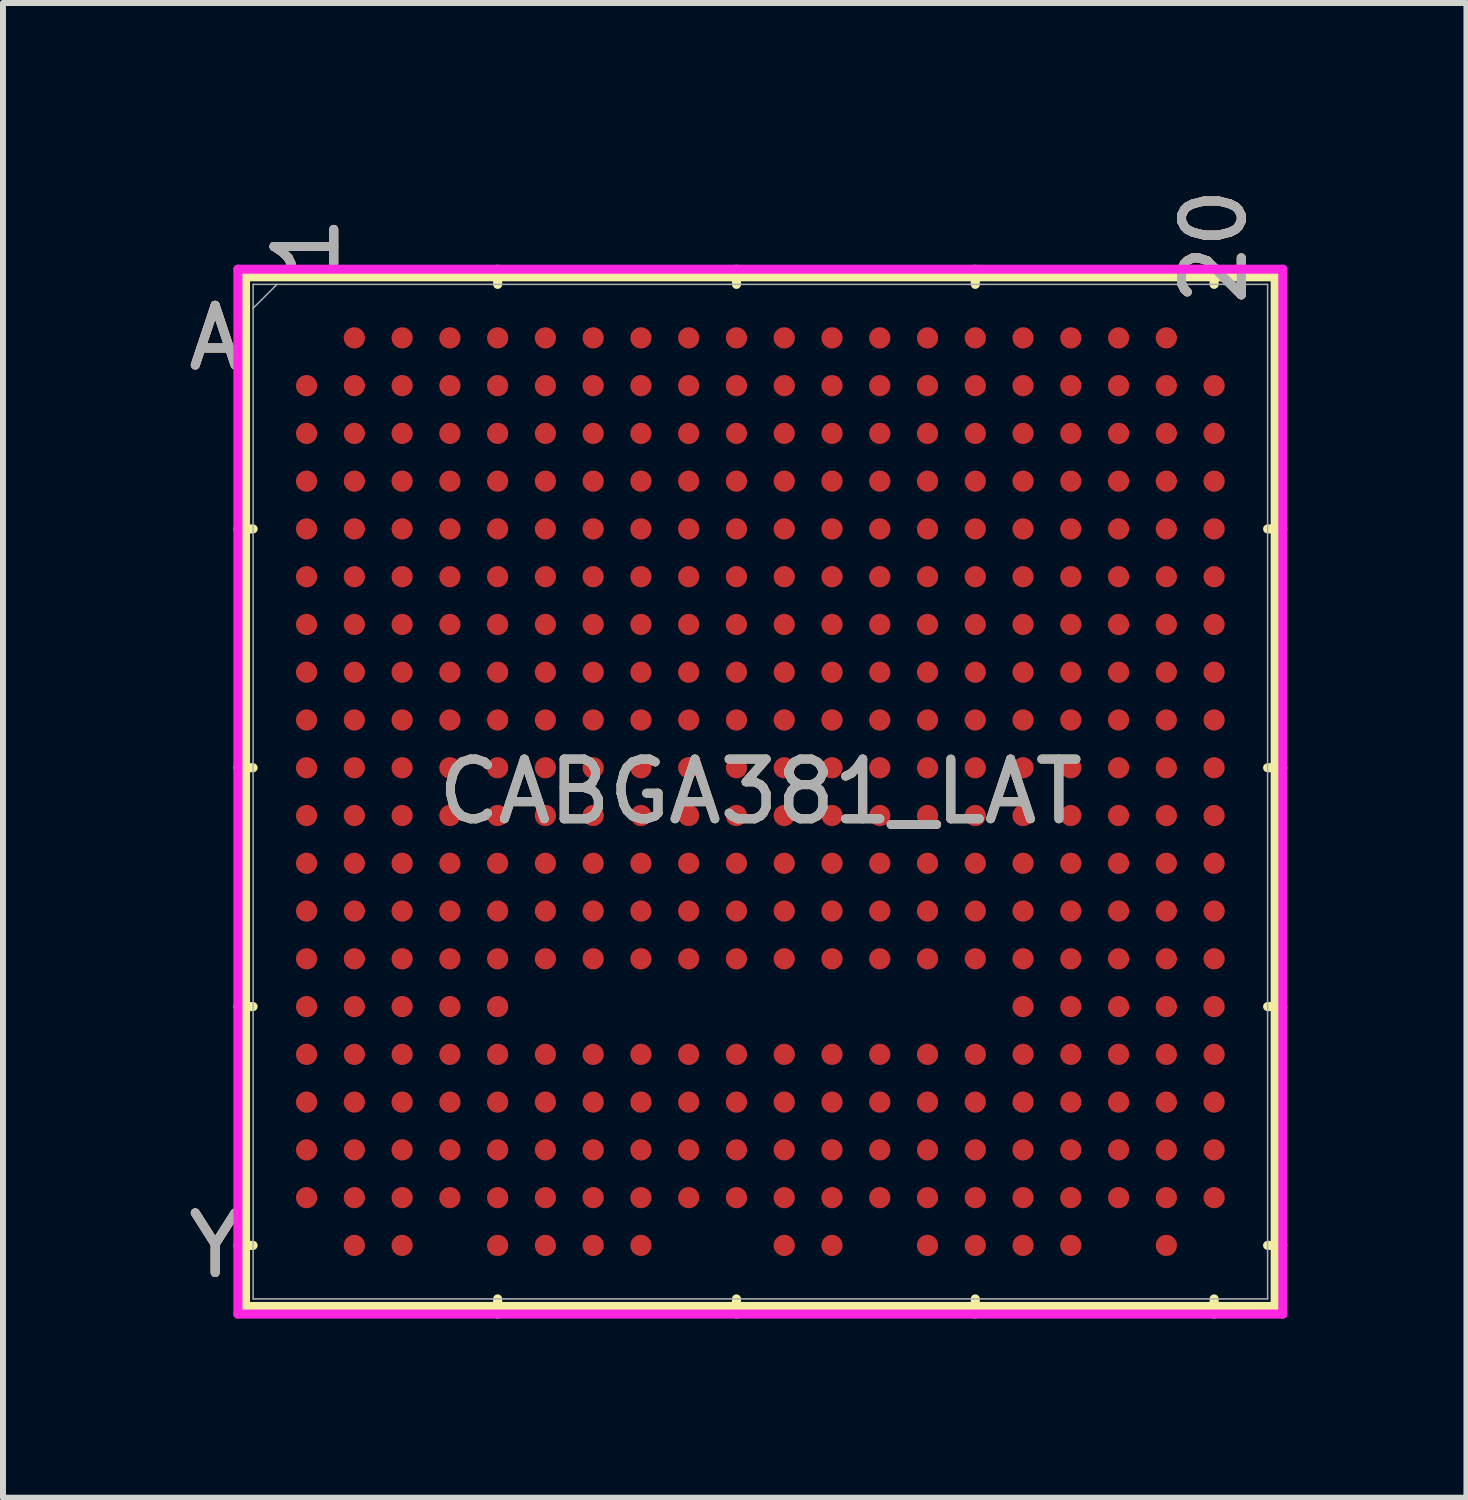
<source format=kicad_pcb>
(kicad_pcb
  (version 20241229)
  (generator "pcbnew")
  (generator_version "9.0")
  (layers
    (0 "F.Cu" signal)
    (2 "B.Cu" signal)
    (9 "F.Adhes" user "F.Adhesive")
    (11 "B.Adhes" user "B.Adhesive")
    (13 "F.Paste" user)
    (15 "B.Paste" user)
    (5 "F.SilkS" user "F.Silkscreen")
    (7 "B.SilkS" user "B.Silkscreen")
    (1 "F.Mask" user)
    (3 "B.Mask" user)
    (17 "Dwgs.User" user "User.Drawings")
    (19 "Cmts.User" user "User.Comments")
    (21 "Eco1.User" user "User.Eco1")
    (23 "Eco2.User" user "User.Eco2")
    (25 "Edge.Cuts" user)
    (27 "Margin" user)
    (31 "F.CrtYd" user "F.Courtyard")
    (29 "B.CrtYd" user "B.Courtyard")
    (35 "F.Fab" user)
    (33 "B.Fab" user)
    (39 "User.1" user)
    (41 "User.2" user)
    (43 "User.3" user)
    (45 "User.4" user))
  (footprint "CABGA381_LAT"
    (layer "F.Cu")
    (at 9.685 10.209)
    (property "Reference" "CABGA381_LAT" (at 0 0 0) (unlocked yes) (layer "F.SilkS") (effects (font (size 1 1) (thickness 0.15))))
    (attr smd)
    (fp_line (start -8.623 -8.623) (end -8.623 8.623) (stroke (width 0.152) (type solid)) (layer "F.SilkS"))
    (fp_line (start -8.623 8.623) (end 8.623 8.623) (stroke (width 0.152) (type solid)) (layer "F.SilkS"))
    (fp_line (start -8.496 -4.4) (end -8.75 -4.4) (stroke (width 0.152) (type solid)) (layer "F.SilkS"))
    (fp_line (start -8.496 -0.4) (end -8.75 -0.4) (stroke (width 0.152) (type solid)) (layer "F.SilkS"))
    (fp_line (start -8.496 3.6) (end -8.75 3.6) (stroke (width 0.152) (type solid)) (layer "F.SilkS"))
    (fp_line (start -8.496 7.6) (end -8.75 7.6) (stroke (width 0.152) (type solid)) (layer "F.SilkS"))
    (fp_line (start -4.4 -8.496) (end -4.4 -8.75) (stroke (width 0.152) (type solid)) (layer "F.SilkS"))
    (fp_line (start -4.4 8.496) (end -4.4 8.75) (stroke (width 0.152) (type solid)) (layer "F.SilkS"))
    (fp_line (start -0.4 -8.496) (end -0.4 -8.75) (stroke (width 0.152) (type solid)) (layer "F.SilkS"))
    (fp_line (start -0.4 8.496) (end -0.4 8.75) (stroke (width 0.152) (type solid)) (layer "F.SilkS"))
    (fp_line (start 3.6 -8.496) (end 3.6 -8.75) (stroke (width 0.152) (type solid)) (layer "F.SilkS"))
    (fp_line (start 3.6 8.496) (end 3.6 8.75) (stroke (width 0.152) (type solid)) (layer "F.SilkS"))
    (fp_line (start 7.6 -8.496) (end 7.6 -8.75) (stroke (width 0.152) (type solid)) (layer "F.SilkS"))
    (fp_line (start 7.6 8.496) (end 7.6 8.75) (stroke (width 0.152) (type solid)) (layer "F.SilkS"))
    (fp_line (start 8.496 -4.4) (end 8.75 -4.4) (stroke (width 0.152) (type solid)) (layer "F.SilkS"))
    (fp_line (start 8.496 -0.4) (end 8.75 -0.4) (stroke (width 0.152) (type solid)) (layer "F.SilkS"))
    (fp_line (start 8.496 3.6) (end 8.75 3.6) (stroke (width 0.152) (type solid)) (layer "F.SilkS"))
    (fp_line (start 8.496 7.6) (end 8.75 7.6) (stroke (width 0.152) (type solid)) (layer "F.SilkS"))
    (fp_line (start 8.623 -8.623) (end -8.623 -8.623) (stroke (width 0.152) (type solid)) (layer "F.SilkS"))
    (fp_line (start 8.623 8.623) (end 8.623 -8.623) (stroke (width 0.152) (type solid)) (layer "F.SilkS"))
    (fp_line (start -8.75 -8.75) (end 8.75 -8.75) (stroke (width 0.152) (type solid)) (layer "F.CrtYd"))
    (fp_line (start -8.75 8.75) (end -8.75 -8.75) (stroke (width 0.152) (type solid)) (layer "F.CrtYd"))
    (fp_line (start 8.75 -8.75) (end 8.75 8.75) (stroke (width 0.152) (type solid)) (layer "F.CrtYd"))
    (fp_line (start 8.75 8.75) (end -8.75 8.75) (stroke (width 0.152) (type solid)) (layer "F.CrtYd"))
    (fp_line (start -8.496 -8.496) (end -8.496 8.496) (stroke (width 0.025) (type solid)) (layer "F.Fab"))
    (fp_line (start -8.496 8.496) (end 8.496 8.496) (stroke (width 0.025) (type solid)) (layer "F.Fab"))
    (fp_line (start -8.096 -8.496) (end -8.496 -8.096) (stroke (width 0.025) (type solid)) (layer "F.Fab"))
    (fp_line (start 8.496 -8.496) (end -8.496 -8.496) (stroke (width 0.025) (type solid)) (layer "F.Fab"))
    (fp_line (start 8.496 8.496) (end 8.496 -8.496) (stroke (width 0.025) (type solid)) (layer "F.Fab"))
    (fp_text user "1" (at -7.6 -9.131 90) (unlocked yes) (layer "F.SilkS") (effects (font (size 1 1) (thickness 0.15))))
    (fp_text user "Y" (at -9.131 7.6 0) (unlocked yes) (layer "F.SilkS") (effects (font (size 1 1) (thickness 0.15))))
    (fp_text user "20" (at 7.6 -9.131 90) (unlocked yes) (layer "F.SilkS") (effects (font (size 1 1) (thickness 0.15))))
    (fp_text user "A" (at -9.131 -7.6 0) (unlocked yes) (layer "F.SilkS") (effects (font (size 1 1) (thickness 0.15))))
    (fp_text user "20" (at 7.6 -9.131 90) (unlocked yes) (layer "B.SilkS") (effects (font (size 1 1) (thickness 0.15))))
    (fp_text user "1" (at -7.6 -9.131 90) (unlocked yes) (layer "B.SilkS") (effects (font (size 1 1) (thickness 0.15))))
    (fp_text user "Y" (at -9.131 7.6 0) (unlocked yes) (layer "B.SilkS") (effects (font (size 1 1) (thickness 0.15))))
    (fp_text user "A" (at -9.131 -7.6 0) (unlocked yes) (layer "B.SilkS") (effects (font (size 1 1) (thickness 0.15))))
    (fp_text user "A" (at -9.131 -7.6 0) (unlocked yes) (layer "F.Fab") (effects (font (size 1 1) (thickness 0.15))))
    (fp_text user "Y" (at -9.131 7.6 0) (unlocked yes) (layer "F.Fab") (effects (font (size 1 1) (thickness 0.15))))
    (fp_text user "1" (at -7.6 -9.131 90) (unlocked yes) (layer "F.Fab") (effects (font (size 1 1) (thickness 0.15))))
    (fp_text user "20" (at 7.6 -9.131 90) (unlocked yes) (layer "F.Fab") (effects (font (size 1 1) (thickness 0.15))))
    (fp_text user "${REFERENCE}" (at 0 0 0) (unlocked yes) (layer "F.Fab") (effects (font (size 1 1) (thickness 0.15))))
    (pad "A2" smd circle (at -6.8 -7.6) (size 0.356 0.356) (layers "F.Cu" "F.Mask" "F.Paste"))
    (pad "A3" smd circle (at -6 -7.6) (size 0.356 0.356) (layers "F.Cu" "F.Mask" "F.Paste"))
    (pad "A4" smd circle (at -5.2 -7.6) (size 0.356 0.356) (layers "F.Cu" "F.Mask" "F.Paste"))
    (pad "A5" smd circle (at -4.4 -7.6) (size 0.356 0.356) (layers "F.Cu" "F.Mask" "F.Paste"))
    (pad "A6" smd circle (at -3.6 -7.6) (size 0.356 0.356) (layers "F.Cu" "F.Mask" "F.Paste"))
    (pad "A7" smd circle (at -2.8 -7.6) (size 0.356 0.356) (layers "F.Cu" "F.Mask" "F.Paste"))
    (pad "A8" smd circle (at -2 -7.6) (size 0.356 0.356) (layers "F.Cu" "F.Mask" "F.Paste"))
    (pad "A9" smd circle (at -1.2 -7.6) (size 0.356 0.356) (layers "F.Cu" "F.Mask" "F.Paste"))
    (pad "A10" smd circle (at -0.4 -7.6) (size 0.356 0.356) (layers "F.Cu" "F.Mask" "F.Paste"))
    (pad "A11" smd circle (at 0.4 -7.6) (size 0.356 0.356) (layers "F.Cu" "F.Mask" "F.Paste"))
    (pad "A12" smd circle (at 1.2 -7.6) (size 0.356 0.356) (layers "F.Cu" "F.Mask" "F.Paste"))
    (pad "A13" smd circle (at 2 -7.6) (size 0.356 0.356) (layers "F.Cu" "F.Mask" "F.Paste"))
    (pad "A14" smd circle (at 2.8 -7.6) (size 0.356 0.356) (layers "F.Cu" "F.Mask" "F.Paste"))
    (pad "A15" smd circle (at 3.6 -7.6) (size 0.356 0.356) (layers "F.Cu" "F.Mask" "F.Paste"))
    (pad "A16" smd circle (at 4.4 -7.6) (size 0.356 0.356) (layers "F.Cu" "F.Mask" "F.Paste"))
    (pad "A17" smd circle (at 5.2 -7.6) (size 0.356 0.356) (layers "F.Cu" "F.Mask" "F.Paste"))
    (pad "A18" smd circle (at 6 -7.6) (size 0.356 0.356) (layers "F.Cu" "F.Mask" "F.Paste"))
    (pad "A19" smd circle (at 6.8 -7.6) (size 0.356 0.356) (layers "F.Cu" "F.Mask" "F.Paste"))
    (pad "B1" smd circle (at -7.6 -6.8) (size 0.356 0.356) (layers "F.Cu" "F.Mask" "F.Paste"))
    (pad "B2" smd circle (at -6.8 -6.8) (size 0.356 0.356) (layers "F.Cu" "F.Mask" "F.Paste"))
    (pad "B3" smd circle (at -6 -6.8) (size 0.356 0.356) (layers "F.Cu" "F.Mask" "F.Paste"))
    (pad "B4" smd circle (at -5.2 -6.8) (size 0.356 0.356) (layers "F.Cu" "F.Mask" "F.Paste"))
    (pad "B5" smd circle (at -4.4 -6.8) (size 0.356 0.356) (layers "F.Cu" "F.Mask" "F.Paste"))
    (pad "B6" smd circle (at -3.6 -6.8) (size 0.356 0.356) (layers "F.Cu" "F.Mask" "F.Paste"))
    (pad "B7" smd circle (at -2.8 -6.8) (size 0.356 0.356) (layers "F.Cu" "F.Mask" "F.Paste"))
    (pad "B8" smd circle (at -2 -6.8) (size 0.356 0.356) (layers "F.Cu" "F.Mask" "F.Paste"))
    (pad "B9" smd circle (at -1.2 -6.8) (size 0.356 0.356) (layers "F.Cu" "F.Mask" "F.Paste"))
    (pad "B10" smd circle (at -0.4 -6.8) (size 0.356 0.356) (layers "F.Cu" "F.Mask" "F.Paste"))
    (pad "B11" smd circle (at 0.4 -6.8) (size 0.356 0.356) (layers "F.Cu" "F.Mask" "F.Paste"))
    (pad "B12" smd circle (at 1.2 -6.8) (size 0.356 0.356) (layers "F.Cu" "F.Mask" "F.Paste"))
    (pad "B13" smd circle (at 2 -6.8) (size 0.356 0.356) (layers "F.Cu" "F.Mask" "F.Paste"))
    (pad "B14" smd circle (at 2.8 -6.8) (size 0.356 0.356) (layers "F.Cu" "F.Mask" "F.Paste"))
    (pad "B15" smd circle (at 3.6 -6.8) (size 0.356 0.356) (layers "F.Cu" "F.Mask" "F.Paste"))
    (pad "B16" smd circle (at 4.4 -6.8) (size 0.356 0.356) (layers "F.Cu" "F.Mask" "F.Paste"))
    (pad "B17" smd circle (at 5.2 -6.8) (size 0.356 0.356) (layers "F.Cu" "F.Mask" "F.Paste"))
    (pad "B18" smd circle (at 6 -6.8) (size 0.356 0.356) (layers "F.Cu" "F.Mask" "F.Paste"))
    (pad "B19" smd circle (at 6.8 -6.8) (size 0.356 0.356) (layers "F.Cu" "F.Mask" "F.Paste"))
    (pad "B20" smd circle (at 7.6 -6.8) (size 0.356 0.356) (layers "F.Cu" "F.Mask" "F.Paste"))
    (pad "C1" smd circle (at -7.6 -6) (size 0.356 0.356) (layers "F.Cu" "F.Mask" "F.Paste"))
    (pad "C2" smd circle (at -6.8 -6) (size 0.356 0.356) (layers "F.Cu" "F.Mask" "F.Paste"))
    (pad "C3" smd circle (at -6 -6) (size 0.356 0.356) (layers "F.Cu" "F.Mask" "F.Paste"))
    (pad "C4" smd circle (at -5.2 -6) (size 0.356 0.356) (layers "F.Cu" "F.Mask" "F.Paste"))
    (pad "C5" smd circle (at -4.4 -6) (size 0.356 0.356) (layers "F.Cu" "F.Mask" "F.Paste"))
    (pad "C6" smd circle (at -3.6 -6) (size 0.356 0.356) (layers "F.Cu" "F.Mask" "F.Paste"))
    (pad "C7" smd circle (at -2.8 -6) (size 0.356 0.356) (layers "F.Cu" "F.Mask" "F.Paste"))
    (pad "C8" smd circle (at -2 -6) (size 0.356 0.356) (layers "F.Cu" "F.Mask" "F.Paste"))
    (pad "C9" smd circle (at -1.2 -6) (size 0.356 0.356) (layers "F.Cu" "F.Mask" "F.Paste"))
    (pad "C10" smd circle (at -0.4 -6) (size 0.356 0.356) (layers "F.Cu" "F.Mask" "F.Paste"))
    (pad "C11" smd circle (at 0.4 -6) (size 0.356 0.356) (layers "F.Cu" "F.Mask" "F.Paste"))
    (pad "C12" smd circle (at 1.2 -6) (size 0.356 0.356) (layers "F.Cu" "F.Mask" "F.Paste"))
    (pad "C13" smd circle (at 2 -6) (size 0.356 0.356) (layers "F.Cu" "F.Mask" "F.Paste"))
    (pad "C14" smd circle (at 2.8 -6) (size 0.356 0.356) (layers "F.Cu" "F.Mask" "F.Paste"))
    (pad "C15" smd circle (at 3.6 -6) (size 0.356 0.356) (layers "F.Cu" "F.Mask" "F.Paste"))
    (pad "C16" smd circle (at 4.4 -6) (size 0.356 0.356) (layers "F.Cu" "F.Mask" "F.Paste"))
    (pad "C17" smd circle (at 5.2 -6) (size 0.356 0.356) (layers "F.Cu" "F.Mask" "F.Paste"))
    (pad "C18" smd circle (at 6 -6) (size 0.356 0.356) (layers "F.Cu" "F.Mask" "F.Paste"))
    (pad "C19" smd circle (at 6.8 -6) (size 0.356 0.356) (layers "F.Cu" "F.Mask" "F.Paste"))
    (pad "C20" smd circle (at 7.6 -6) (size 0.356 0.356) (layers "F.Cu" "F.Mask" "F.Paste"))
    (pad "D1" smd circle (at -7.6 -5.2) (size 0.356 0.356) (layers "F.Cu" "F.Mask" "F.Paste"))
    (pad "D2" smd circle (at -6.8 -5.2) (size 0.356 0.356) (layers "F.Cu" "F.Mask" "F.Paste"))
    (pad "D3" smd circle (at -6 -5.2) (size 0.356 0.356) (layers "F.Cu" "F.Mask" "F.Paste"))
    (pad "D4" smd circle (at -5.2 -5.2) (size 0.356 0.356) (layers "F.Cu" "F.Mask" "F.Paste"))
    (pad "D5" smd circle (at -4.4 -5.2) (size 0.356 0.356) (layers "F.Cu" "F.Mask" "F.Paste"))
    (pad "D6" smd circle (at -3.6 -5.2) (size 0.356 0.356) (layers "F.Cu" "F.Mask" "F.Paste"))
    (pad "D7" smd circle (at -2.8 -5.2) (size 0.356 0.356) (layers "F.Cu" "F.Mask" "F.Paste"))
    (pad "D8" smd circle (at -2 -5.2) (size 0.356 0.356) (layers "F.Cu" "F.Mask" "F.Paste"))
    (pad "D9" smd circle (at -1.2 -5.2) (size 0.356 0.356) (layers "F.Cu" "F.Mask" "F.Paste"))
    (pad "D10" smd circle (at -0.4 -5.2) (size 0.356 0.356) (layers "F.Cu" "F.Mask" "F.Paste"))
    (pad "D11" smd circle (at 0.4 -5.2) (size 0.356 0.356) (layers "F.Cu" "F.Mask" "F.Paste"))
    (pad "D12" smd circle (at 1.2 -5.2) (size 0.356 0.356) (layers "F.Cu" "F.Mask" "F.Paste"))
    (pad "D13" smd circle (at 2 -5.2) (size 0.356 0.356) (layers "F.Cu" "F.Mask" "F.Paste"))
    (pad "D14" smd circle (at 2.8 -5.2) (size 0.356 0.356) (layers "F.Cu" "F.Mask" "F.Paste"))
    (pad "D15" smd circle (at 3.6 -5.2) (size 0.356 0.356) (layers "F.Cu" "F.Mask" "F.Paste"))
    (pad "D16" smd circle (at 4.4 -5.2) (size 0.356 0.356) (layers "F.Cu" "F.Mask" "F.Paste"))
    (pad "D17" smd circle (at 5.2 -5.2) (size 0.356 0.356) (layers "F.Cu" "F.Mask" "F.Paste"))
    (pad "D18" smd circle (at 6 -5.2) (size 0.356 0.356) (layers "F.Cu" "F.Mask" "F.Paste"))
    (pad "D19" smd circle (at 6.8 -5.2) (size 0.356 0.356) (layers "F.Cu" "F.Mask" "F.Paste"))
    (pad "D20" smd circle (at 7.6 -5.2) (size 0.356 0.356) (layers "F.Cu" "F.Mask" "F.Paste"))
    (pad "E1" smd circle (at -7.6 -4.4) (size 0.356 0.356) (layers "F.Cu" "F.Mask" "F.Paste"))
    (pad "E2" smd circle (at -6.8 -4.4) (size 0.356 0.356) (layers "F.Cu" "F.Mask" "F.Paste"))
    (pad "E3" smd circle (at -6 -4.4) (size 0.356 0.356) (layers "F.Cu" "F.Mask" "F.Paste"))
    (pad "E4" smd circle (at -5.2 -4.4) (size 0.356 0.356) (layers "F.Cu" "F.Mask" "F.Paste"))
    (pad "E5" smd circle (at -4.4 -4.4) (size 0.356 0.356) (layers "F.Cu" "F.Mask" "F.Paste"))
    (pad "E6" smd circle (at -3.6 -4.4) (size 0.356 0.356) (layers "F.Cu" "F.Mask" "F.Paste"))
    (pad "E7" smd circle (at -2.8 -4.4) (size 0.356 0.356) (layers "F.Cu" "F.Mask" "F.Paste"))
    (pad "E8" smd circle (at -2 -4.4) (size 0.356 0.356) (layers "F.Cu" "F.Mask" "F.Paste"))
    (pad "E9" smd circle (at -1.2 -4.4) (size 0.356 0.356) (layers "F.Cu" "F.Mask" "F.Paste"))
    (pad "E10" smd circle (at -0.4 -4.4) (size 0.356 0.356) (layers "F.Cu" "F.Mask" "F.Paste"))
    (pad "E11" smd circle (at 0.4 -4.4) (size 0.356 0.356) (layers "F.Cu" "F.Mask" "F.Paste"))
    (pad "E12" smd circle (at 1.2 -4.4) (size 0.356 0.356) (layers "F.Cu" "F.Mask" "F.Paste"))
    (pad "E13" smd circle (at 2 -4.4) (size 0.356 0.356) (layers "F.Cu" "F.Mask" "F.Paste"))
    (pad "E14" smd circle (at 2.8 -4.4) (size 0.356 0.356) (layers "F.Cu" "F.Mask" "F.Paste"))
    (pad "E15" smd circle (at 3.6 -4.4) (size 0.356 0.356) (layers "F.Cu" "F.Mask" "F.Paste"))
    (pad "E16" smd circle (at 4.4 -4.4) (size 0.356 0.356) (layers "F.Cu" "F.Mask" "F.Paste"))
    (pad "E17" smd circle (at 5.2 -4.4) (size 0.356 0.356) (layers "F.Cu" "F.Mask" "F.Paste"))
    (pad "E18" smd circle (at 6 -4.4) (size 0.356 0.356) (layers "F.Cu" "F.Mask" "F.Paste"))
    (pad "E19" smd circle (at 6.8 -4.4) (size 0.356 0.356) (layers "F.Cu" "F.Mask" "F.Paste"))
    (pad "E20" smd circle (at 7.6 -4.4) (size 0.356 0.356) (layers "F.Cu" "F.Mask" "F.Paste"))
    (pad "F1" smd circle (at -7.6 -3.6) (size 0.356 0.356) (layers "F.Cu" "F.Mask" "F.Paste"))
    (pad "F2" smd circle (at -6.8 -3.6) (size 0.356 0.356) (layers "F.Cu" "F.Mask" "F.Paste"))
    (pad "F3" smd circle (at -6 -3.6) (size 0.356 0.356) (layers "F.Cu" "F.Mask" "F.Paste"))
    (pad "F4" smd circle (at -5.2 -3.6) (size 0.356 0.356) (layers "F.Cu" "F.Mask" "F.Paste"))
    (pad "F5" smd circle (at -4.4 -3.6) (size 0.356 0.356) (layers "F.Cu" "F.Mask" "F.Paste"))
    (pad "F6" smd circle (at -3.6 -3.6) (size 0.356 0.356) (layers "F.Cu" "F.Mask" "F.Paste"))
    (pad "F7" smd circle (at -2.8 -3.6) (size 0.356 0.356) (layers "F.Cu" "F.Mask" "F.Paste"))
    (pad "F8" smd circle (at -2 -3.6) (size 0.356 0.356) (layers "F.Cu" "F.Mask" "F.Paste"))
    (pad "F9" smd circle (at -1.2 -3.6) (size 0.356 0.356) (layers "F.Cu" "F.Mask" "F.Paste"))
    (pad "F10" smd circle (at -0.4 -3.6) (size 0.356 0.356) (layers "F.Cu" "F.Mask" "F.Paste"))
    (pad "F11" smd circle (at 0.4 -3.6) (size 0.356 0.356) (layers "F.Cu" "F.Mask" "F.Paste"))
    (pad "F12" smd circle (at 1.2 -3.6) (size 0.356 0.356) (layers "F.Cu" "F.Mask" "F.Paste"))
    (pad "F13" smd circle (at 2 -3.6) (size 0.356 0.356) (layers "F.Cu" "F.Mask" "F.Paste"))
    (pad "F14" smd circle (at 2.8 -3.6) (size 0.356 0.356) (layers "F.Cu" "F.Mask" "F.Paste"))
    (pad "F15" smd circle (at 3.6 -3.6) (size 0.356 0.356) (layers "F.Cu" "F.Mask" "F.Paste"))
    (pad "F16" smd circle (at 4.4 -3.6) (size 0.356 0.356) (layers "F.Cu" "F.Mask" "F.Paste"))
    (pad "F17" smd circle (at 5.2 -3.6) (size 0.356 0.356) (layers "F.Cu" "F.Mask" "F.Paste"))
    (pad "F18" smd circle (at 6 -3.6) (size 0.356 0.356) (layers "F.Cu" "F.Mask" "F.Paste"))
    (pad "F19" smd circle (at 6.8 -3.6) (size 0.356 0.356) (layers "F.Cu" "F.Mask" "F.Paste"))
    (pad "F20" smd circle (at 7.6 -3.6) (size 0.356 0.356) (layers "F.Cu" "F.Mask" "F.Paste"))
    (pad "G1" smd circle (at -7.6 -2.8) (size 0.356 0.356) (layers "F.Cu" "F.Mask" "F.Paste"))
    (pad "G2" smd circle (at -6.8 -2.8) (size 0.356 0.356) (layers "F.Cu" "F.Mask" "F.Paste"))
    (pad "G3" smd circle (at -6 -2.8) (size 0.356 0.356) (layers "F.Cu" "F.Mask" "F.Paste"))
    (pad "G4" smd circle (at -5.2 -2.8) (size 0.356 0.356) (layers "F.Cu" "F.Mask" "F.Paste"))
    (pad "G5" smd circle (at -4.4 -2.8) (size 0.356 0.356) (layers "F.Cu" "F.Mask" "F.Paste"))
    (pad "G6" smd circle (at -3.6 -2.8) (size 0.356 0.356) (layers "F.Cu" "F.Mask" "F.Paste"))
    (pad "G7" smd circle (at -2.8 -2.8) (size 0.356 0.356) (layers "F.Cu" "F.Mask" "F.Paste"))
    (pad "G8" smd circle (at -2 -2.8) (size 0.356 0.356) (layers "F.Cu" "F.Mask" "F.Paste"))
    (pad "G9" smd circle (at -1.2 -2.8) (size 0.356 0.356) (layers "F.Cu" "F.Mask" "F.Paste"))
    (pad "G10" smd circle (at -0.4 -2.8) (size 0.356 0.356) (layers "F.Cu" "F.Mask" "F.Paste"))
    (pad "G11" smd circle (at 0.4 -2.8) (size 0.356 0.356) (layers "F.Cu" "F.Mask" "F.Paste"))
    (pad "G12" smd circle (at 1.2 -2.8) (size 0.356 0.356) (layers "F.Cu" "F.Mask" "F.Paste"))
    (pad "G13" smd circle (at 2 -2.8) (size 0.356 0.356) (layers "F.Cu" "F.Mask" "F.Paste"))
    (pad "G14" smd circle (at 2.8 -2.8) (size 0.356 0.356) (layers "F.Cu" "F.Mask" "F.Paste"))
    (pad "G15" smd circle (at 3.6 -2.8) (size 0.356 0.356) (layers "F.Cu" "F.Mask" "F.Paste"))
    (pad "G16" smd circle (at 4.4 -2.8) (size 0.356 0.356) (layers "F.Cu" "F.Mask" "F.Paste"))
    (pad "G17" smd circle (at 5.2 -2.8) (size 0.356 0.356) (layers "F.Cu" "F.Mask" "F.Paste"))
    (pad "G18" smd circle (at 6 -2.8) (size 0.356 0.356) (layers "F.Cu" "F.Mask" "F.Paste"))
    (pad "G19" smd circle (at 6.8 -2.8) (size 0.356 0.356) (layers "F.Cu" "F.Mask" "F.Paste"))
    (pad "G20" smd circle (at 7.6 -2.8) (size 0.356 0.356) (layers "F.Cu" "F.Mask" "F.Paste"))
    (pad "H1" smd circle (at -7.6 -2) (size 0.356 0.356) (layers "F.Cu" "F.Mask" "F.Paste"))
    (pad "H2" smd circle (at -6.8 -2) (size 0.356 0.356) (layers "F.Cu" "F.Mask" "F.Paste"))
    (pad "H3" smd circle (at -6 -2) (size 0.356 0.356) (layers "F.Cu" "F.Mask" "F.Paste"))
    (pad "H4" smd circle (at -5.2 -2) (size 0.356 0.356) (layers "F.Cu" "F.Mask" "F.Paste"))
    (pad "H5" smd circle (at -4.4 -2) (size 0.356 0.356) (layers "F.Cu" "F.Mask" "F.Paste"))
    (pad "H6" smd circle (at -3.6 -2) (size 0.356 0.356) (layers "F.Cu" "F.Mask" "F.Paste"))
    (pad "H7" smd circle (at -2.8 -2) (size 0.356 0.356) (layers "F.Cu" "F.Mask" "F.Paste"))
    (pad "H8" smd circle (at -2 -2) (size 0.356 0.356) (layers "F.Cu" "F.Mask" "F.Paste"))
    (pad "H9" smd circle (at -1.2 -2) (size 0.356 0.356) (layers "F.Cu" "F.Mask" "F.Paste"))
    (pad "H10" smd circle (at -0.4 -2) (size 0.356 0.356) (layers "F.Cu" "F.Mask" "F.Paste"))
    (pad "H11" smd circle (at 0.4 -2) (size 0.356 0.356) (layers "F.Cu" "F.Mask" "F.Paste"))
    (pad "H12" smd circle (at 1.2 -2) (size 0.356 0.356) (layers "F.Cu" "F.Mask" "F.Paste"))
    (pad "H13" smd circle (at 2 -2) (size 0.356 0.356) (layers "F.Cu" "F.Mask" "F.Paste"))
    (pad "H14" smd circle (at 2.8 -2) (size 0.356 0.356) (layers "F.Cu" "F.Mask" "F.Paste"))
    (pad "H15" smd circle (at 3.6 -2) (size 0.356 0.356) (layers "F.Cu" "F.Mask" "F.Paste"))
    (pad "H16" smd circle (at 4.4 -2) (size 0.356 0.356) (layers "F.Cu" "F.Mask" "F.Paste"))
    (pad "H17" smd circle (at 5.2 -2) (size 0.356 0.356) (layers "F.Cu" "F.Mask" "F.Paste"))
    (pad "H18" smd circle (at 6 -2) (size 0.356 0.356) (layers "F.Cu" "F.Mask" "F.Paste"))
    (pad "H19" smd circle (at 6.8 -2) (size 0.356 0.356) (layers "F.Cu" "F.Mask" "F.Paste"))
    (pad "H20" smd circle (at 7.6 -2) (size 0.356 0.356) (layers "F.Cu" "F.Mask" "F.Paste"))
    (pad "J1" smd circle (at -7.6 -1.2) (size 0.356 0.356) (layers "F.Cu" "F.Mask" "F.Paste"))
    (pad "J2" smd circle (at -6.8 -1.2) (size 0.356 0.356) (layers "F.Cu" "F.Mask" "F.Paste"))
    (pad "J3" smd circle (at -6 -1.2) (size 0.356 0.356) (layers "F.Cu" "F.Mask" "F.Paste"))
    (pad "J4" smd circle (at -5.2 -1.2) (size 0.356 0.356) (layers "F.Cu" "F.Mask" "F.Paste"))
    (pad "J5" smd circle (at -4.4 -1.2) (size 0.356 0.356) (layers "F.Cu" "F.Mask" "F.Paste"))
    (pad "J6" smd circle (at -3.6 -1.2) (size 0.356 0.356) (layers "F.Cu" "F.Mask" "F.Paste"))
    (pad "J7" smd circle (at -2.8 -1.2) (size 0.356 0.356) (layers "F.Cu" "F.Mask" "F.Paste"))
    (pad "J8" smd circle (at -2 -1.2) (size 0.356 0.356) (layers "F.Cu" "F.Mask" "F.Paste"))
    (pad "J9" smd circle (at -1.2 -1.2) (size 0.356 0.356) (layers "F.Cu" "F.Mask" "F.Paste"))
    (pad "J10" smd circle (at -0.4 -1.2) (size 0.356 0.356) (layers "F.Cu" "F.Mask" "F.Paste"))
    (pad "J11" smd circle (at 0.4 -1.2) (size 0.356 0.356) (layers "F.Cu" "F.Mask" "F.Paste"))
    (pad "J12" smd circle (at 1.2 -1.2) (size 0.356 0.356) (layers "F.Cu" "F.Mask" "F.Paste"))
    (pad "J13" smd circle (at 2 -1.2) (size 0.356 0.356) (layers "F.Cu" "F.Mask" "F.Paste"))
    (pad "J14" smd circle (at 2.8 -1.2) (size 0.356 0.356) (layers "F.Cu" "F.Mask" "F.Paste"))
    (pad "J15" smd circle (at 3.6 -1.2) (size 0.356 0.356) (layers "F.Cu" "F.Mask" "F.Paste"))
    (pad "J16" smd circle (at 4.4 -1.2) (size 0.356 0.356) (layers "F.Cu" "F.Mask" "F.Paste"))
    (pad "J17" smd circle (at 5.2 -1.2) (size 0.356 0.356) (layers "F.Cu" "F.Mask" "F.Paste"))
    (pad "J18" smd circle (at 6 -1.2) (size 0.356 0.356) (layers "F.Cu" "F.Mask" "F.Paste"))
    (pad "J19" smd circle (at 6.8 -1.2) (size 0.356 0.356) (layers "F.Cu" "F.Mask" "F.Paste"))
    (pad "J20" smd circle (at 7.6 -1.2) (size 0.356 0.356) (layers "F.Cu" "F.Mask" "F.Paste"))
    (pad "K1" smd circle (at -7.6 -0.4) (size 0.356 0.356) (layers "F.Cu" "F.Mask" "F.Paste"))
    (pad "K2" smd circle (at -6.8 -0.4) (size 0.356 0.356) (layers "F.Cu" "F.Mask" "F.Paste"))
    (pad "K3" smd circle (at -6 -0.4) (size 0.356 0.356) (layers "F.Cu" "F.Mask" "F.Paste"))
    (pad "K4" smd circle (at -5.2 -0.4) (size 0.356 0.356) (layers "F.Cu" "F.Mask" "F.Paste"))
    (pad "K5" smd circle (at -4.4 -0.4) (size 0.356 0.356) (layers "F.Cu" "F.Mask" "F.Paste"))
    (pad "K6" smd circle (at -3.6 -0.4) (size 0.356 0.356) (layers "F.Cu" "F.Mask" "F.Paste"))
    (pad "K7" smd circle (at -2.8 -0.4) (size 0.356 0.356) (layers "F.Cu" "F.Mask" "F.Paste"))
    (pad "K8" smd circle (at -2 -0.4) (size 0.356 0.356) (layers "F.Cu" "F.Mask" "F.Paste"))
    (pad "K9" smd circle (at -1.2 -0.4) (size 0.356 0.356) (layers "F.Cu" "F.Mask" "F.Paste"))
    (pad "K10" smd circle (at -0.4 -0.4) (size 0.356 0.356) (layers "F.Cu" "F.Mask" "F.Paste"))
    (pad "K11" smd circle (at 0.4 -0.4) (size 0.356 0.356) (layers "F.Cu" "F.Mask" "F.Paste"))
    (pad "K12" smd circle (at 1.2 -0.4) (size 0.356 0.356) (layers "F.Cu" "F.Mask" "F.Paste"))
    (pad "K13" smd circle (at 2 -0.4) (size 0.356 0.356) (layers "F.Cu" "F.Mask" "F.Paste"))
    (pad "K14" smd circle (at 2.8 -0.4) (size 0.356 0.356) (layers "F.Cu" "F.Mask" "F.Paste"))
    (pad "K15" smd circle (at 3.6 -0.4) (size 0.356 0.356) (layers "F.Cu" "F.Mask" "F.Paste"))
    (pad "K16" smd circle (at 4.4 -0.4) (size 0.356 0.356) (layers "F.Cu" "F.Mask" "F.Paste"))
    (pad "K17" smd circle (at 5.2 -0.4) (size 0.356 0.356) (layers "F.Cu" "F.Mask" "F.Paste"))
    (pad "K18" smd circle (at 6 -0.4) (size 0.356 0.356) (layers "F.Cu" "F.Mask" "F.Paste"))
    (pad "K19" smd circle (at 6.8 -0.4) (size 0.356 0.356) (layers "F.Cu" "F.Mask" "F.Paste"))
    (pad "K20" smd circle (at 7.6 -0.4) (size 0.356 0.356) (layers "F.Cu" "F.Mask" "F.Paste"))
    (pad "L1" smd circle (at -7.6 0.4) (size 0.356 0.356) (layers "F.Cu" "F.Mask" "F.Paste"))
    (pad "L2" smd circle (at -6.8 0.4) (size 0.356 0.356) (layers "F.Cu" "F.Mask" "F.Paste"))
    (pad "L3" smd circle (at -6 0.4) (size 0.356 0.356) (layers "F.Cu" "F.Mask" "F.Paste"))
    (pad "L4" smd circle (at -5.2 0.4) (size 0.356 0.356) (layers "F.Cu" "F.Mask" "F.Paste"))
    (pad "L5" smd circle (at -4.4 0.4) (size 0.356 0.356) (layers "F.Cu" "F.Mask" "F.Paste"))
    (pad "L6" smd circle (at -3.6 0.4) (size 0.356 0.356) (layers "F.Cu" "F.Mask" "F.Paste"))
    (pad "L7" smd circle (at -2.8 0.4) (size 0.356 0.356) (layers "F.Cu" "F.Mask" "F.Paste"))
    (pad "L8" smd circle (at -2 0.4) (size 0.356 0.356) (layers "F.Cu" "F.Mask" "F.Paste"))
    (pad "L9" smd circle (at -1.2 0.4) (size 0.356 0.356) (layers "F.Cu" "F.Mask" "F.Paste"))
    (pad "L10" smd circle (at -0.4 0.4) (size 0.356 0.356) (layers "F.Cu" "F.Mask" "F.Paste"))
    (pad "L11" smd circle (at 0.4 0.4) (size 0.356 0.356) (layers "F.Cu" "F.Mask" "F.Paste"))
    (pad "L12" smd circle (at 1.2 0.4) (size 0.356 0.356) (layers "F.Cu" "F.Mask" "F.Paste"))
    (pad "L13" smd circle (at 2 0.4) (size 0.356 0.356) (layers "F.Cu" "F.Mask" "F.Paste"))
    (pad "L14" smd circle (at 2.8 0.4) (size 0.356 0.356) (layers "F.Cu" "F.Mask" "F.Paste"))
    (pad "L15" smd circle (at 3.6 0.4) (size 0.356 0.356) (layers "F.Cu" "F.Mask" "F.Paste"))
    (pad "L16" smd circle (at 4.4 0.4) (size 0.356 0.356) (layers "F.Cu" "F.Mask" "F.Paste"))
    (pad "L17" smd circle (at 5.2 0.4) (size 0.356 0.356) (layers "F.Cu" "F.Mask" "F.Paste"))
    (pad "L18" smd circle (at 6 0.4) (size 0.356 0.356) (layers "F.Cu" "F.Mask" "F.Paste"))
    (pad "L19" smd circle (at 6.8 0.4) (size 0.356 0.356) (layers "F.Cu" "F.Mask" "F.Paste"))
    (pad "L20" smd circle (at 7.6 0.4) (size 0.356 0.356) (layers "F.Cu" "F.Mask" "F.Paste"))
    (pad "M1" smd circle (at -7.6 1.2) (size 0.356 0.356) (layers "F.Cu" "F.Mask" "F.Paste"))
    (pad "M2" smd circle (at -6.8 1.2) (size 0.356 0.356) (layers "F.Cu" "F.Mask" "F.Paste"))
    (pad "M3" smd circle (at -6 1.2) (size 0.356 0.356) (layers "F.Cu" "F.Mask" "F.Paste"))
    (pad "M4" smd circle (at -5.2 1.2) (size 0.356 0.356) (layers "F.Cu" "F.Mask" "F.Paste"))
    (pad "M5" smd circle (at -4.4 1.2) (size 0.356 0.356) (layers "F.Cu" "F.Mask" "F.Paste"))
    (pad "M6" smd circle (at -3.6 1.2) (size 0.356 0.356) (layers "F.Cu" "F.Mask" "F.Paste"))
    (pad "M7" smd circle (at -2.8 1.2) (size 0.356 0.356) (layers "F.Cu" "F.Mask" "F.Paste"))
    (pad "M8" smd circle (at -2 1.2) (size 0.356 0.356) (layers "F.Cu" "F.Mask" "F.Paste"))
    (pad "M9" smd circle (at -1.2 1.2) (size 0.356 0.356) (layers "F.Cu" "F.Mask" "F.Paste"))
    (pad "M10" smd circle (at -0.4 1.2) (size 0.356 0.356) (layers "F.Cu" "F.Mask" "F.Paste"))
    (pad "M11" smd circle (at 0.4 1.2) (size 0.356 0.356) (layers "F.Cu" "F.Mask" "F.Paste"))
    (pad "M12" smd circle (at 1.2 1.2) (size 0.356 0.356) (layers "F.Cu" "F.Mask" "F.Paste"))
    (pad "M13" smd circle (at 2 1.2) (size 0.356 0.356) (layers "F.Cu" "F.Mask" "F.Paste"))
    (pad "M14" smd circle (at 2.8 1.2) (size 0.356 0.356) (layers "F.Cu" "F.Mask" "F.Paste"))
    (pad "M15" smd circle (at 3.6 1.2) (size 0.356 0.356) (layers "F.Cu" "F.Mask" "F.Paste"))
    (pad "M16" smd circle (at 4.4 1.2) (size 0.356 0.356) (layers "F.Cu" "F.Mask" "F.Paste"))
    (pad "M17" smd circle (at 5.2 1.2) (size 0.356 0.356) (layers "F.Cu" "F.Mask" "F.Paste"))
    (pad "M18" smd circle (at 6 1.2) (size 0.356 0.356) (layers "F.Cu" "F.Mask" "F.Paste"))
    (pad "M19" smd circle (at 6.8 1.2) (size 0.356 0.356) (layers "F.Cu" "F.Mask" "F.Paste"))
    (pad "M20" smd circle (at 7.6 1.2) (size 0.356 0.356) (layers "F.Cu" "F.Mask" "F.Paste"))
    (pad "N1" smd circle (at -7.6 2) (size 0.356 0.356) (layers "F.Cu" "F.Mask" "F.Paste"))
    (pad "N2" smd circle (at -6.8 2) (size 0.356 0.356) (layers "F.Cu" "F.Mask" "F.Paste"))
    (pad "N3" smd circle (at -6 2) (size 0.356 0.356) (layers "F.Cu" "F.Mask" "F.Paste"))
    (pad "N4" smd circle (at -5.2 2) (size 0.356 0.356) (layers "F.Cu" "F.Mask" "F.Paste"))
    (pad "N5" smd circle (at -4.4 2) (size 0.356 0.356) (layers "F.Cu" "F.Mask" "F.Paste"))
    (pad "N6" smd circle (at -3.6 2) (size 0.356 0.356) (layers "F.Cu" "F.Mask" "F.Paste"))
    (pad "N7" smd circle (at -2.8 2) (size 0.356 0.356) (layers "F.Cu" "F.Mask" "F.Paste"))
    (pad "N8" smd circle (at -2 2) (size 0.356 0.356) (layers "F.Cu" "F.Mask" "F.Paste"))
    (pad "N9" smd circle (at -1.2 2) (size 0.356 0.356) (layers "F.Cu" "F.Mask" "F.Paste"))
    (pad "N10" smd circle (at -0.4 2) (size 0.356 0.356) (layers "F.Cu" "F.Mask" "F.Paste"))
    (pad "N11" smd circle (at 0.4 2) (size 0.356 0.356) (layers "F.Cu" "F.Mask" "F.Paste"))
    (pad "N12" smd circle (at 1.2 2) (size 0.356 0.356) (layers "F.Cu" "F.Mask" "F.Paste"))
    (pad "N13" smd circle (at 2 2) (size 0.356 0.356) (layers "F.Cu" "F.Mask" "F.Paste"))
    (pad "N14" smd circle (at 2.8 2) (size 0.356 0.356) (layers "F.Cu" "F.Mask" "F.Paste"))
    (pad "N15" smd circle (at 3.6 2) (size 0.356 0.356) (layers "F.Cu" "F.Mask" "F.Paste"))
    (pad "N16" smd circle (at 4.4 2) (size 0.356 0.356) (layers "F.Cu" "F.Mask" "F.Paste"))
    (pad "N17" smd circle (at 5.2 2) (size 0.356 0.356) (layers "F.Cu" "F.Mask" "F.Paste"))
    (pad "N18" smd circle (at 6 2) (size 0.356 0.356) (layers "F.Cu" "F.Mask" "F.Paste"))
    (pad "N19" smd circle (at 6.8 2) (size 0.356 0.356) (layers "F.Cu" "F.Mask" "F.Paste"))
    (pad "N20" smd circle (at 7.6 2) (size 0.356 0.356) (layers "F.Cu" "F.Mask" "F.Paste"))
    (pad "P1" smd circle (at -7.6 2.8) (size 0.356 0.356) (layers "F.Cu" "F.Mask" "F.Paste"))
    (pad "P2" smd circle (at -6.8 2.8) (size 0.356 0.356) (layers "F.Cu" "F.Mask" "F.Paste"))
    (pad "P3" smd circle (at -6 2.8) (size 0.356 0.356) (layers "F.Cu" "F.Mask" "F.Paste"))
    (pad "P4" smd circle (at -5.2 2.8) (size 0.356 0.356) (layers "F.Cu" "F.Mask" "F.Paste"))
    (pad "P5" smd circle (at -4.4 2.8) (size 0.356 0.356) (layers "F.Cu" "F.Mask" "F.Paste"))
    (pad "P6" smd circle (at -3.6 2.8) (size 0.356 0.356) (layers "F.Cu" "F.Mask" "F.Paste"))
    (pad "P7" smd circle (at -2.8 2.8) (size 0.356 0.356) (layers "F.Cu" "F.Mask" "F.Paste"))
    (pad "P8" smd circle (at -2 2.8) (size 0.356 0.356) (layers "F.Cu" "F.Mask" "F.Paste"))
    (pad "P9" smd circle (at -1.2 2.8) (size 0.356 0.356) (layers "F.Cu" "F.Mask" "F.Paste"))
    (pad "P10" smd circle (at -0.4 2.8) (size 0.356 0.356) (layers "F.Cu" "F.Mask" "F.Paste"))
    (pad "P11" smd circle (at 0.4 2.8) (size 0.356 0.356) (layers "F.Cu" "F.Mask" "F.Paste"))
    (pad "P12" smd circle (at 1.2 2.8) (size 0.356 0.356) (layers "F.Cu" "F.Mask" "F.Paste"))
    (pad "P13" smd circle (at 2 2.8) (size 0.356 0.356) (layers "F.Cu" "F.Mask" "F.Paste"))
    (pad "P14" smd circle (at 2.8 2.8) (size 0.356 0.356) (layers "F.Cu" "F.Mask" "F.Paste"))
    (pad "P15" smd circle (at 3.6 2.8) (size 0.356 0.356) (layers "F.Cu" "F.Mask" "F.Paste"))
    (pad "P16" smd circle (at 4.4 2.8) (size 0.356 0.356) (layers "F.Cu" "F.Mask" "F.Paste"))
    (pad "P17" smd circle (at 5.2 2.8) (size 0.356 0.356) (layers "F.Cu" "F.Mask" "F.Paste"))
    (pad "P18" smd circle (at 6 2.8) (size 0.356 0.356) (layers "F.Cu" "F.Mask" "F.Paste"))
    (pad "P19" smd circle (at 6.8 2.8) (size 0.356 0.356) (layers "F.Cu" "F.Mask" "F.Paste"))
    (pad "P20" smd circle (at 7.6 2.8) (size 0.356 0.356) (layers "F.Cu" "F.Mask" "F.Paste"))
    (pad "R1" smd circle (at -7.6 3.6) (size 0.356 0.356) (layers "F.Cu" "F.Mask" "F.Paste"))
    (pad "R2" smd circle (at -6.8 3.6) (size 0.356 0.356) (layers "F.Cu" "F.Mask" "F.Paste"))
    (pad "R3" smd circle (at -6 3.6) (size 0.356 0.356) (layers "F.Cu" "F.Mask" "F.Paste"))
    (pad "R4" smd circle (at -5.2 3.6) (size 0.356 0.356) (layers "F.Cu" "F.Mask" "F.Paste"))
    (pad "R5" smd circle (at -4.4 3.6) (size 0.356 0.356) (layers "F.Cu" "F.Mask" "F.Paste"))
    (pad "R16" smd circle (at 4.4 3.6) (size 0.356 0.356) (layers "F.Cu" "F.Mask" "F.Paste"))
    (pad "R17" smd circle (at 5.2 3.6) (size 0.356 0.356) (layers "F.Cu" "F.Mask" "F.Paste"))
    (pad "R18" smd circle (at 6 3.6) (size 0.356 0.356) (layers "F.Cu" "F.Mask" "F.Paste"))
    (pad "R19" smd circle (at 6.8 3.6) (size 0.356 0.356) (layers "F.Cu" "F.Mask" "F.Paste"))
    (pad "R20" smd circle (at 7.6 3.6) (size 0.356 0.356) (layers "F.Cu" "F.Mask" "F.Paste"))
    (pad "T1" smd circle (at -7.6 4.4) (size 0.356 0.356) (layers "F.Cu" "F.Mask" "F.Paste"))
    (pad "T2" smd circle (at -6.8 4.4) (size 0.356 0.356) (layers "F.Cu" "F.Mask" "F.Paste"))
    (pad "T3" smd circle (at -6 4.4) (size 0.356 0.356) (layers "F.Cu" "F.Mask" "F.Paste"))
    (pad "T4" smd circle (at -5.2 4.4) (size 0.356 0.356) (layers "F.Cu" "F.Mask" "F.Paste"))
    (pad "T5" smd circle (at -4.4 4.4) (size 0.356 0.356) (layers "F.Cu" "F.Mask" "F.Paste"))
    (pad "T6" smd circle (at -3.6 4.4) (size 0.356 0.356) (layers "F.Cu" "F.Mask" "F.Paste"))
    (pad "T7" smd circle (at -2.8 4.4) (size 0.356 0.356) (layers "F.Cu" "F.Mask" "F.Paste"))
    (pad "T8" smd circle (at -2 4.4) (size 0.356 0.356) (layers "F.Cu" "F.Mask" "F.Paste"))
    (pad "T9" smd circle (at -1.2 4.4) (size 0.356 0.356) (layers "F.Cu" "F.Mask" "F.Paste"))
    (pad "T10" smd circle (at -0.4 4.4) (size 0.356 0.356) (layers "F.Cu" "F.Mask" "F.Paste"))
    (pad "T11" smd circle (at 0.4 4.4) (size 0.356 0.356) (layers "F.Cu" "F.Mask" "F.Paste"))
    (pad "T12" smd circle (at 1.2 4.4) (size 0.356 0.356) (layers "F.Cu" "F.Mask" "F.Paste"))
    (pad "T13" smd circle (at 2 4.4) (size 0.356 0.356) (layers "F.Cu" "F.Mask" "F.Paste"))
    (pad "T14" smd circle (at 2.8 4.4) (size 0.356 0.356) (layers "F.Cu" "F.Mask" "F.Paste"))
    (pad "T15" smd circle (at 3.6 4.4) (size 0.356 0.356) (layers "F.Cu" "F.Mask" "F.Paste"))
    (pad "T16" smd circle (at 4.4 4.4) (size 0.356 0.356) (layers "F.Cu" "F.Mask" "F.Paste"))
    (pad "T17" smd circle (at 5.2 4.4) (size 0.356 0.356) (layers "F.Cu" "F.Mask" "F.Paste"))
    (pad "T18" smd circle (at 6 4.4) (size 0.356 0.356) (layers "F.Cu" "F.Mask" "F.Paste"))
    (pad "T19" smd circle (at 6.8 4.4) (size 0.356 0.356) (layers "F.Cu" "F.Mask" "F.Paste"))
    (pad "T20" smd circle (at 7.6 4.4) (size 0.356 0.356) (layers "F.Cu" "F.Mask" "F.Paste"))
    (pad "U1" smd circle (at -7.6 5.2) (size 0.356 0.356) (layers "F.Cu" "F.Mask" "F.Paste"))
    (pad "U2" smd circle (at -6.8 5.2) (size 0.356 0.356) (layers "F.Cu" "F.Mask" "F.Paste"))
    (pad "U3" smd circle (at -6 5.2) (size 0.356 0.356) (layers "F.Cu" "F.Mask" "F.Paste"))
    (pad "U4" smd circle (at -5.2 5.2) (size 0.356 0.356) (layers "F.Cu" "F.Mask" "F.Paste"))
    (pad "U5" smd circle (at -4.4 5.2) (size 0.356 0.356) (layers "F.Cu" "F.Mask" "F.Paste"))
    (pad "U6" smd circle (at -3.6 5.2) (size 0.356 0.356) (layers "F.Cu" "F.Mask" "F.Paste"))
    (pad "U7" smd circle (at -2.8 5.2) (size 0.356 0.356) (layers "F.Cu" "F.Mask" "F.Paste"))
    (pad "U8" smd circle (at -2 5.2) (size 0.356 0.356) (layers "F.Cu" "F.Mask" "F.Paste"))
    (pad "U9" smd circle (at -1.2 5.2) (size 0.356 0.356) (layers "F.Cu" "F.Mask" "F.Paste"))
    (pad "U10" smd circle (at -0.4 5.2) (size 0.356 0.356) (layers "F.Cu" "F.Mask" "F.Paste"))
    (pad "U11" smd circle (at 0.4 5.2) (size 0.356 0.356) (layers "F.Cu" "F.Mask" "F.Paste"))
    (pad "U12" smd circle (at 1.2 5.2) (size 0.356 0.356) (layers "F.Cu" "F.Mask" "F.Paste"))
    (pad "U13" smd circle (at 2 5.2) (size 0.356 0.356) (layers "F.Cu" "F.Mask" "F.Paste"))
    (pad "U14" smd circle (at 2.8 5.2) (size 0.356 0.356) (layers "F.Cu" "F.Mask" "F.Paste"))
    (pad "U15" smd circle (at 3.6 5.2) (size 0.356 0.356) (layers "F.Cu" "F.Mask" "F.Paste"))
    (pad "U16" smd circle (at 4.4 5.2) (size 0.356 0.356) (layers "F.Cu" "F.Mask" "F.Paste"))
    (pad "U17" smd circle (at 5.2 5.2) (size 0.356 0.356) (layers "F.Cu" "F.Mask" "F.Paste"))
    (pad "U18" smd circle (at 6 5.2) (size 0.356 0.356) (layers "F.Cu" "F.Mask" "F.Paste"))
    (pad "U19" smd circle (at 6.8 5.2) (size 0.356 0.356) (layers "F.Cu" "F.Mask" "F.Paste"))
    (pad "U20" smd circle (at 7.6 5.2) (size 0.356 0.356) (layers "F.Cu" "F.Mask" "F.Paste"))
    (pad "V1" smd circle (at -7.6 6) (size 0.356 0.356) (layers "F.Cu" "F.Mask" "F.Paste"))
    (pad "V2" smd circle (at -6.8 6) (size 0.356 0.356) (layers "F.Cu" "F.Mask" "F.Paste"))
    (pad "V3" smd circle (at -6 6) (size 0.356 0.356) (layers "F.Cu" "F.Mask" "F.Paste"))
    (pad "V4" smd circle (at -5.2 6) (size 0.356 0.356) (layers "F.Cu" "F.Mask" "F.Paste"))
    (pad "V5" smd circle (at -4.4 6) (size 0.356 0.356) (layers "F.Cu" "F.Mask" "F.Paste"))
    (pad "V6" smd circle (at -3.6 6) (size 0.356 0.356) (layers "F.Cu" "F.Mask" "F.Paste"))
    (pad "V7" smd circle (at -2.8 6) (size 0.356 0.356) (layers "F.Cu" "F.Mask" "F.Paste"))
    (pad "V8" smd circle (at -2 6) (size 0.356 0.356) (layers "F.Cu" "F.Mask" "F.Paste"))
    (pad "V9" smd circle (at -1.2 6) (size 0.356 0.356) (layers "F.Cu" "F.Mask" "F.Paste"))
    (pad "V10" smd circle (at -0.4 6) (size 0.356 0.356) (layers "F.Cu" "F.Mask" "F.Paste"))
    (pad "V11" smd circle (at 0.4 6) (size 0.356 0.356) (layers "F.Cu" "F.Mask" "F.Paste"))
    (pad "V12" smd circle (at 1.2 6) (size 0.356 0.356) (layers "F.Cu" "F.Mask" "F.Paste"))
    (pad "V13" smd circle (at 2 6) (size 0.356 0.356) (layers "F.Cu" "F.Mask" "F.Paste"))
    (pad "V14" smd circle (at 2.8 6) (size 0.356 0.356) (layers "F.Cu" "F.Mask" "F.Paste"))
    (pad "V15" smd circle (at 3.6 6) (size 0.356 0.356) (layers "F.Cu" "F.Mask" "F.Paste"))
    (pad "V16" smd circle (at 4.4 6) (size 0.356 0.356) (layers "F.Cu" "F.Mask" "F.Paste"))
    (pad "V17" smd circle (at 5.2 6) (size 0.356 0.356) (layers "F.Cu" "F.Mask" "F.Paste"))
    (pad "V18" smd circle (at 6 6) (size 0.356 0.356) (layers "F.Cu" "F.Mask" "F.Paste"))
    (pad "V19" smd circle (at 6.8 6) (size 0.356 0.356) (layers "F.Cu" "F.Mask" "F.Paste"))
    (pad "V20" smd circle (at 7.6 6) (size 0.356 0.356) (layers "F.Cu" "F.Mask" "F.Paste"))
    (pad "W1" smd circle (at -7.6 6.8) (size 0.356 0.356) (layers "F.Cu" "F.Mask" "F.Paste"))
    (pad "W2" smd circle (at -6.8 6.8) (size 0.356 0.356) (layers "F.Cu" "F.Mask" "F.Paste"))
    (pad "W3" smd circle (at -6 6.8) (size 0.356 0.356) (layers "F.Cu" "F.Mask" "F.Paste"))
    (pad "W4" smd circle (at -5.2 6.8) (size 0.356 0.356) (layers "F.Cu" "F.Mask" "F.Paste"))
    (pad "W5" smd circle (at -4.4 6.8) (size 0.356 0.356) (layers "F.Cu" "F.Mask" "F.Paste"))
    (pad "W6" smd circle (at -3.6 6.8) (size 0.356 0.356) (layers "F.Cu" "F.Mask" "F.Paste"))
    (pad "W7" smd circle (at -2.8 6.8) (size 0.356 0.356) (layers "F.Cu" "F.Mask" "F.Paste"))
    (pad "W8" smd circle (at -2 6.8) (size 0.356 0.356) (layers "F.Cu" "F.Mask" "F.Paste"))
    (pad "W9" smd circle (at -1.2 6.8) (size 0.356 0.356) (layers "F.Cu" "F.Mask" "F.Paste"))
    (pad "W10" smd circle (at -0.4 6.8) (size 0.356 0.356) (layers "F.Cu" "F.Mask" "F.Paste"))
    (pad "W11" smd circle (at 0.4 6.8) (size 0.356 0.356) (layers "F.Cu" "F.Mask" "F.Paste"))
    (pad "W12" smd circle (at 1.2 6.8) (size 0.356 0.356) (layers "F.Cu" "F.Mask" "F.Paste"))
    (pad "W13" smd circle (at 2 6.8) (size 0.356 0.356) (layers "F.Cu" "F.Mask" "F.Paste"))
    (pad "W14" smd circle (at 2.8 6.8) (size 0.356 0.356) (layers "F.Cu" "F.Mask" "F.Paste"))
    (pad "W15" smd circle (at 3.6 6.8) (size 0.356 0.356) (layers "F.Cu" "F.Mask" "F.Paste"))
    (pad "W16" smd circle (at 4.4 6.8) (size 0.356 0.356) (layers "F.Cu" "F.Mask" "F.Paste"))
    (pad "W17" smd circle (at 5.2 6.8) (size 0.356 0.356) (layers "F.Cu" "F.Mask" "F.Paste"))
    (pad "W18" smd circle (at 6 6.8) (size 0.356 0.356) (layers "F.Cu" "F.Mask" "F.Paste"))
    (pad "W19" smd circle (at 6.8 6.8) (size 0.356 0.356) (layers "F.Cu" "F.Mask" "F.Paste"))
    (pad "W20" smd circle (at 7.6 6.8) (size 0.356 0.356) (layers "F.Cu" "F.Mask" "F.Paste"))
    (pad "Y2" smd circle (at -6.8 7.6) (size 0.356 0.356) (layers "F.Cu" "F.Mask" "F.Paste"))
    (pad "Y3" smd circle (at -6 7.6) (size 0.356 0.356) (layers "F.Cu" "F.Mask" "F.Paste"))
    (pad "Y5" smd circle (at -4.4 7.6) (size 0.356 0.356) (layers "F.Cu" "F.Mask" "F.Paste"))
    (pad "Y6" smd circle (at -3.6 7.6) (size 0.356 0.356) (layers "F.Cu" "F.Mask" "F.Paste"))
    (pad "Y7" smd circle (at -2.8 7.6) (size 0.356 0.356) (layers "F.Cu" "F.Mask" "F.Paste"))
    (pad "Y8" smd circle (at -2 7.6) (size 0.356 0.356) (layers "F.Cu" "F.Mask" "F.Paste"))
    (pad "Y11" smd circle (at 0.4 7.6) (size 0.356 0.356) (layers "F.Cu" "F.Mask" "F.Paste"))
    (pad "Y12" smd circle (at 1.2 7.6) (size 0.356 0.356) (layers "F.Cu" "F.Mask" "F.Paste"))
    (pad "Y14" smd circle (at 2.8 7.6) (size 0.356 0.356) (layers "F.Cu" "F.Mask" "F.Paste"))
    (pad "Y15" smd circle (at 3.6 7.6) (size 0.356 0.356) (layers "F.Cu" "F.Mask" "F.Paste"))
    (pad "Y16" smd circle (at 4.4 7.6) (size 0.356 0.356) (layers "F.Cu" "F.Mask" "F.Paste"))
    (pad "Y17" smd circle (at 5.2 7.6) (size 0.356 0.356) (layers "F.Cu" "F.Mask" "F.Paste"))
    (pad "Y19" smd circle (at 6.8 7.6) (size 0.356 0.356) (layers "F.Cu" "F.Mask" "F.Paste")))
  (gr_rect
    (start -3 -3)
    (end 21.511 22.035)
    (stroke (width 0.1) (type default))
    (fill no)
    (layer "Edge.Cuts")))
</source>
